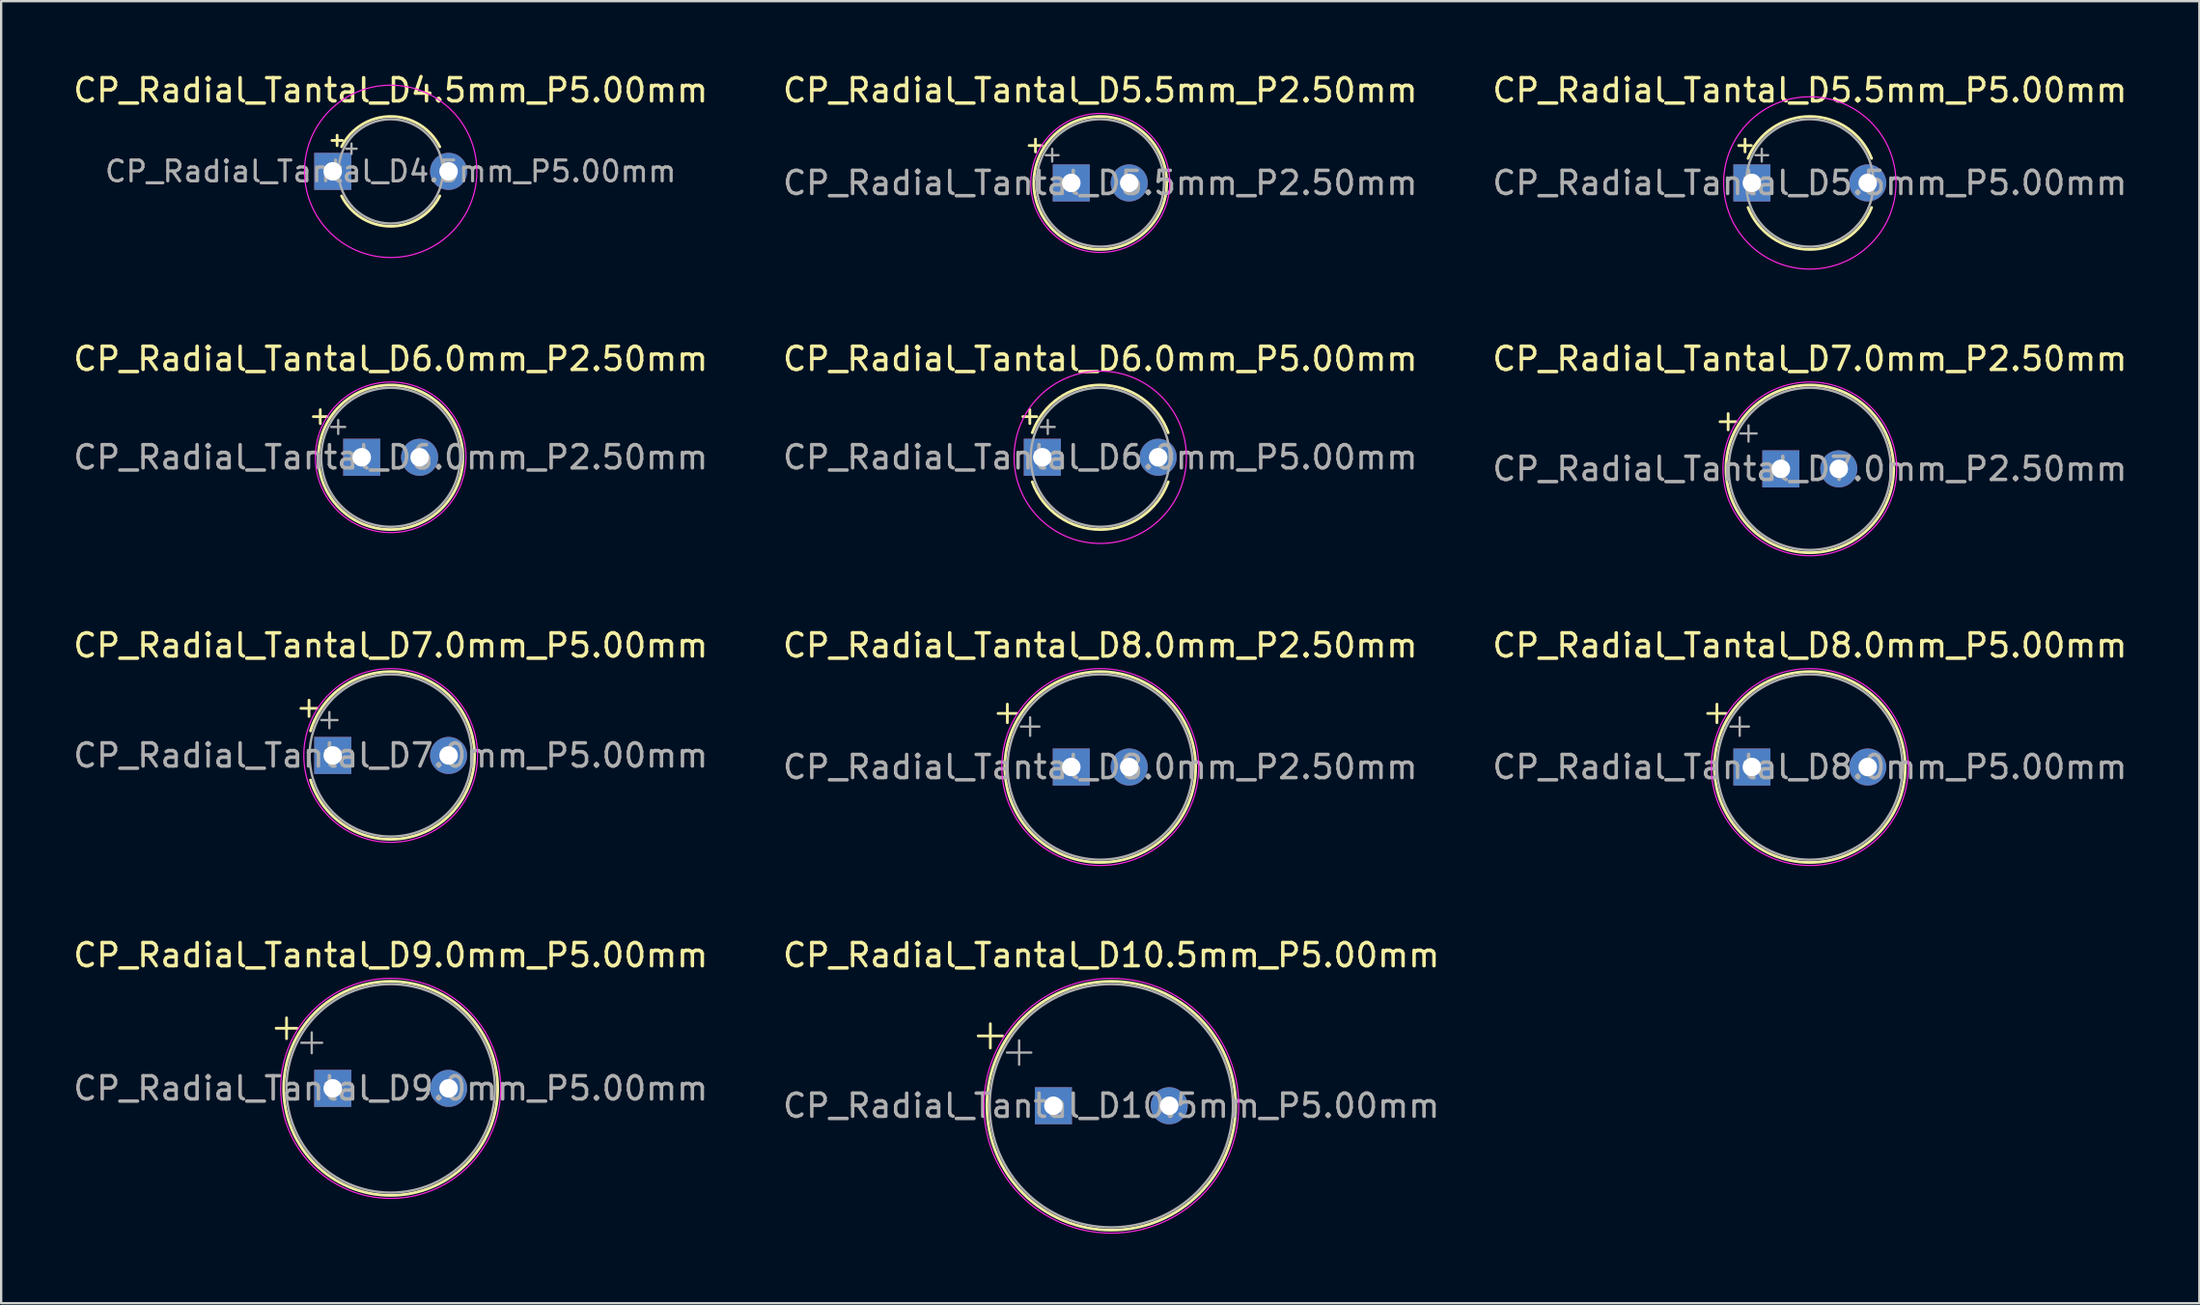
<source format=kicad_pcb>
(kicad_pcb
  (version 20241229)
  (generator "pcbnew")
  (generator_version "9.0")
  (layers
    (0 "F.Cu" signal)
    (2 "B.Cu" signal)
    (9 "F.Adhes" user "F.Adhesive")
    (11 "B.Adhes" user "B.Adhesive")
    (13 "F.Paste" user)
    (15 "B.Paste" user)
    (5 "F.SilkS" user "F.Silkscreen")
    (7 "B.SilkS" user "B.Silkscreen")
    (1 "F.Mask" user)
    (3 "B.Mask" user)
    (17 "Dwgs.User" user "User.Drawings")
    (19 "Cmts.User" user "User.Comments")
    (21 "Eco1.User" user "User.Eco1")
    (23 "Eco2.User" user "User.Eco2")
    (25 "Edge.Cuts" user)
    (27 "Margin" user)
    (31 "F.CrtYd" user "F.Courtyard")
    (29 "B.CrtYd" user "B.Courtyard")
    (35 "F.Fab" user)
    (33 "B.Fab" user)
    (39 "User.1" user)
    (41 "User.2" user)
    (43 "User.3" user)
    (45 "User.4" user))
  (footprint "CP_Radial_Tantal_D4.5mm_P5.00mm"
    (layer "F.Cu")
    (at 11.315 4.348)
    (property "Reference" "CP_Radial_Tantal_D4.5mm_P5.00mm" (at 2.5 -3.5 0) (layer "F.SilkS") (effects (font (size 1 1) (thickness 0.15))))
    (attr through_hole)
    (fp_line (start -0.037 -1.335) (end 0.413 -1.335) (stroke (width 0.12) (type solid)) (layer "F.SilkS"))
    (fp_line (start 0.188 -1.56) (end 0.188 -1.11) (stroke (width 0.12) (type solid)) (layer "F.SilkS"))
    (fp_arc (start 0.380259 -1.06) (mid 2.5 -2.37) (end 4.619741 -1.06) (stroke (width 0.12) (type solid)) (layer "F.SilkS"))
    (fp_arc (start 4.619741 1.06) (mid 2.5 2.37) (end 0.380259 1.06) (stroke (width 0.12) (type solid)) (layer "F.SilkS"))
    (fp_circle (center 2.5 0) (end 6.22 0) (stroke (width 0.05) (type solid)) (fill no) (layer "F.CrtYd"))
    (fp_line (start 0.582 -0.978) (end 1.032 -0.978) (stroke (width 0.1) (type solid)) (layer "F.Fab"))
    (fp_line (start 0.807 -1.202) (end 0.807 -0.752) (stroke (width 0.1) (type solid)) (layer "F.Fab"))
    (fp_circle (center 2.5 0) (end 4.75 0) (stroke (width 0.1) (type solid)) (fill no) (layer "F.Fab"))
    (fp_text user "${REFERENCE}" (at 2.5 0 0) (layer "F.Fab") (effects (font (size 0.9 0.9) (thickness 0.135))))
    (pad "1" thru_hole rect (at 0 0) (size 1.6 1.6) (drill 0.8) (layers "*.Cu" "*.Mask"))
    (pad "2" thru_hole circle (at 5 0) (size 1.6 1.6) (drill 0.8) (layers "*.Cu" "*.Mask")))
  (footprint "CP_Radial_Tantal_D8.0mm_P2.50mm"
    (layer "F.Cu")
    (at 43.196 30.065)
    (property "Reference" "CP_Radial_Tantal_D8.0mm_P2.50mm" (at 1.25 -5.25 0) (layer "F.SilkS") (effects (font (size 1 1) (thickness 0.15))))
    (attr through_hole)
    (fp_line (start -3.16 -2.315) (end -2.36 -2.315) (stroke (width 0.12) (type solid)) (layer "F.SilkS"))
    (fp_line (start -2.76 -2.715) (end -2.76 -1.915) (stroke (width 0.12) (type solid)) (layer "F.SilkS"))
    (fp_circle (center 1.25 0) (end 5.37 0) (stroke (width 0.12) (type solid)) (fill no) (layer "F.SilkS"))
    (fp_circle (center 1.25 0) (end 5.5 0) (stroke (width 0.05) (type solid)) (fill no) (layer "F.CrtYd"))
    (fp_line (start -2.177 -1.748) (end -1.377 -1.748) (stroke (width 0.1) (type solid)) (layer "F.Fab"))
    (fp_line (start -1.777 -2.147) (end -1.777 -1.347) (stroke (width 0.1) (type solid)) (layer "F.Fab"))
    (fp_circle (center 1.25 0) (end 5.25 0) (stroke (width 0.1) (type solid)) (fill no) (layer "F.Fab"))
    (fp_text user "${REFERENCE}" (at 1.25 0 0) (layer "F.Fab") (effects (font (size 1 1) (thickness 0.15))))
    (pad "1" thru_hole rect (at 0 0) (size 1.6 1.6) (drill 0.8) (layers "*.Cu" "*.Mask"))
    (pad "2" thru_hole circle (at 2.5 0) (size 1.6 1.6) (drill 0.8) (layers "*.Cu" "*.Mask")))
  (footprint "CP_Radial_Tantal_D6.0mm_P2.50mm"
    (layer "F.Cu")
    (at 12.565 16.692)
    (property "Reference" "CP_Radial_Tantal_D6.0mm_P2.50mm" (at 1.25 -4.25 0) (layer "F.SilkS") (effects (font (size 1 1) (thickness 0.15))))
    (attr through_hole)
    (fp_line (start -2.09 -1.755) (end -1.49 -1.755) (stroke (width 0.12) (type solid)) (layer "F.SilkS"))
    (fp_line (start -1.79 -2.055) (end -1.79 -1.455) (stroke (width 0.12) (type solid)) (layer "F.SilkS"))
    (fp_circle (center 1.25 0) (end 4.37 0) (stroke (width 0.12) (type solid)) (fill no) (layer "F.SilkS"))
    (fp_circle (center 1.25 0) (end 4.5 0) (stroke (width 0.05) (type solid)) (fill no) (layer "F.CrtYd"))
    (fp_line (start -1.315 -1.308) (end -0.715 -1.308) (stroke (width 0.1) (type solid)) (layer "F.Fab"))
    (fp_line (start -1.015 -1.607) (end -1.015 -1.008) (stroke (width 0.1) (type solid)) (layer "F.Fab"))
    (fp_circle (center 1.25 0) (end 4.25 0) (stroke (width 0.1) (type solid)) (fill no) (layer "F.Fab"))
    (fp_text user "${REFERENCE}" (at 1.25 0 0) (layer "F.Fab") (effects (font (size 1 1) (thickness 0.15))))
    (pad "1" thru_hole rect (at 0 0) (size 1.6 1.6) (drill 0.8) (layers "*.Cu" "*.Mask"))
    (pad "2" thru_hole circle (at 2.5 0) (size 1.6 1.6) (drill 0.8) (layers "*.Cu" "*.Mask")))
  (footprint "CP_Radial_Tantal_D6.0mm_P5.00mm"
    (layer "F.Cu")
    (at 41.946 16.692)
    (property "Reference" "CP_Radial_Tantal_D6.0mm_P5.00mm" (at 2.5 -4.25 0) (layer "F.SilkS") (effects (font (size 1 1) (thickness 0.15))))
    (attr through_hole)
    (fp_line (start -0.84 -1.755) (end -0.24 -1.755) (stroke (width 0.12) (type solid)) (layer "F.SilkS"))
    (fp_line (start -0.54 -2.055) (end -0.54 -1.455) (stroke (width 0.12) (type solid)) (layer "F.SilkS"))
    (fp_arc (start -0.434416 -1.06) (mid 2.5 -3.12) (end 5.434416 -1.06) (stroke (width 0.12) (type solid)) (layer "F.SilkS"))
    (fp_arc (start 5.434416 1.06) (mid 2.5 3.12) (end -0.434416 1.06) (stroke (width 0.12) (type solid)) (layer "F.SilkS"))
    (fp_circle (center 2.5 0) (end 6.22 0) (stroke (width 0.05) (type solid)) (fill no) (layer "F.CrtYd"))
    (fp_line (start -0.065 -1.308) (end 0.535 -1.308) (stroke (width 0.1) (type solid)) (layer "F.Fab"))
    (fp_line (start 0.235 -1.607) (end 0.235 -1.008) (stroke (width 0.1) (type solid)) (layer "F.Fab"))
    (fp_circle (center 2.5 0) (end 5.5 0) (stroke (width 0.1) (type solid)) (fill no) (layer "F.Fab"))
    (fp_text user "${REFERENCE}" (at 2.5 0 0) (layer "F.Fab") (effects (font (size 1 1) (thickness 0.15))))
    (pad "1" thru_hole rect (at 0 0) (size 1.6 1.6) (drill 0.8) (layers "*.Cu" "*.Mask"))
    (pad "2" thru_hole circle (at 5 0) (size 1.6 1.6) (drill 0.8) (layers "*.Cu" "*.Mask")))
  (footprint "CP_Radial_Tantal_D10.5mm_P5.00mm"
    (layer "F.Cu")
    (at 42.423 44.688)
    (property "Reference" "CP_Radial_Tantal_D10.5mm_P5.00mm" (at 2.5 -6.5 0) (layer "F.SilkS") (effects (font (size 1 1) (thickness 0.15))))
    (attr through_hole)
    (fp_line (start -3.247 -3.015) (end -2.197 -3.015) (stroke (width 0.12) (type solid)) (layer "F.SilkS"))
    (fp_line (start -2.722 -3.54) (end -2.722 -2.49) (stroke (width 0.12) (type solid)) (layer "F.SilkS"))
    (fp_circle (center 2.5 0) (end 7.87 0) (stroke (width 0.12) (type solid)) (fill no) (layer "F.SilkS"))
    (fp_circle (center 2.5 0) (end 8 0) (stroke (width 0.05) (type solid)) (fill no) (layer "F.CrtYd"))
    (fp_line (start -2.004 -2.297) (end -0.954 -2.297) (stroke (width 0.1) (type solid)) (layer "F.Fab"))
    (fp_line (start -1.479 -2.822) (end -1.479 -1.772) (stroke (width 0.1) (type solid)) (layer "F.Fab"))
    (fp_circle (center 2.5 0) (end 7.75 0) (stroke (width 0.1) (type solid)) (fill no) (layer "F.Fab"))
    (fp_text user "${REFERENCE}" (at 2.5 0 0) (layer "F.Fab") (effects (font (size 1 1) (thickness 0.15))))
    (pad "1" thru_hole rect (at 0 0) (size 1.6 1.6) (drill 0.8) (layers "*.Cu" "*.Mask"))
    (pad "2" thru_hole circle (at 5 0) (size 1.6 1.6) (drill 0.8) (layers "*.Cu" "*.Mask")))
  (footprint "CP_Radial_Tantal_D7.0mm_P5.00mm"
    (layer "F.Cu")
    (at 11.315 29.565)
    (property "Reference" "CP_Radial_Tantal_D7.0mm_P5.00mm" (at 2.5 -4.75 0) (layer "F.SilkS") (effects (font (size 1 1) (thickness 0.15))))
    (attr through_hole)
    (fp_line (start -1.375 -2.035) (end -0.675 -2.035) (stroke (width 0.12) (type solid)) (layer "F.SilkS"))
    (fp_line (start -1.025 -2.385) (end -1.025 -1.685) (stroke (width 0.12) (type solid)) (layer "F.SilkS"))
    (fp_arc (start -0.961329 -1.06) (mid 6.12 0) (end -0.961329 1.06) (stroke (width 0.12) (type solid)) (layer "F.SilkS"))
    (fp_circle (center 2.5 0) (end 6.25 0) (stroke (width 0.05) (type solid)) (fill no) (layer "F.CrtYd"))
    (fp_line (start -0.496 -1.528) (end 0.204 -1.528) (stroke (width 0.1) (type solid)) (layer "F.Fab"))
    (fp_line (start -0.146 -1.877) (end -0.146 -1.177) (stroke (width 0.1) (type solid)) (layer "F.Fab"))
    (fp_circle (center 2.5 0) (end 6 0) (stroke (width 0.1) (type solid)) (fill no) (layer "F.Fab"))
    (fp_text user "${REFERENCE}" (at 2.5 0 0) (layer "F.Fab") (effects (font (size 1 1) (thickness 0.15))))
    (pad "1" thru_hole rect (at 0 0) (size 1.6 1.6) (drill 0.8) (layers "*.Cu" "*.Mask"))
    (pad "2" thru_hole circle (at 5 0) (size 1.6 1.6) (drill 0.8) (layers "*.Cu" "*.Mask")))
  (footprint "CP_Radial_Tantal_D9.0mm_P5.00mm"
    (layer "F.Cu")
    (at 11.315 43.938)
    (property "Reference" "CP_Radial_Tantal_D9.0mm_P5.00mm" (at 2.5 -5.75 0) (layer "F.SilkS") (effects (font (size 1 1) (thickness 0.15))))
    (attr through_hole)
    (fp_line (start -2.445 -2.595) (end -1.545 -2.595) (stroke (width 0.12) (type solid)) (layer "F.SilkS"))
    (fp_line (start -1.995 -3.045) (end -1.995 -2.145) (stroke (width 0.12) (type solid)) (layer "F.SilkS"))
    (fp_circle (center 2.5 0) (end 7.12 0) (stroke (width 0.12) (type solid)) (fill no) (layer "F.SilkS"))
    (fp_circle (center 2.5 0) (end 7.25 0) (stroke (width 0.05) (type solid)) (fill no) (layer "F.CrtYd"))
    (fp_line (start -1.358 -1.968) (end -0.458 -1.968) (stroke (width 0.1) (type solid)) (layer "F.Fab"))
    (fp_line (start -0.908 -2.417) (end -0.908 -1.518) (stroke (width 0.1) (type solid)) (layer "F.Fab"))
    (fp_circle (center 2.5 0) (end 7 0) (stroke (width 0.1) (type solid)) (fill no) (layer "F.Fab"))
    (fp_text user "${REFERENCE}" (at 2.5 0 0) (layer "F.Fab") (effects (font (size 1 1) (thickness 0.15))))
    (pad "1" thru_hole rect (at 0 0) (size 1.6 1.6) (drill 0.8) (layers "*.Cu" "*.Mask"))
    (pad "2" thru_hole circle (at 5 0) (size 1.6 1.6) (drill 0.8) (layers "*.Cu" "*.Mask")))
  (footprint "CP_Radial_Tantal_D8.0mm_P5.00mm"
    (layer "F.Cu")
    (at 72.577 30.065)
    (property "Reference" "CP_Radial_Tantal_D8.0mm_P5.00mm" (at 2.5 -5.25 0) (layer "F.SilkS") (effects (font (size 1 1) (thickness 0.15))))
    (attr through_hole)
    (fp_line (start -1.91 -2.315) (end -1.11 -2.315) (stroke (width 0.12) (type solid)) (layer "F.SilkS"))
    (fp_line (start -1.51 -2.715) (end -1.51 -1.915) (stroke (width 0.12) (type solid)) (layer "F.SilkS"))
    (fp_circle (center 2.5 0) (end 6.62 0) (stroke (width 0.12) (type solid)) (fill no) (layer "F.SilkS"))
    (fp_circle (center 2.5 0) (end 6.75 0) (stroke (width 0.05) (type solid)) (fill no) (layer "F.CrtYd"))
    (fp_line (start -0.927 -1.748) (end -0.127 -1.748) (stroke (width 0.1) (type solid)) (layer "F.Fab"))
    (fp_line (start -0.527 -2.147) (end -0.527 -1.347) (stroke (width 0.1) (type solid)) (layer "F.Fab"))
    (fp_circle (center 2.5 0) (end 6.5 0) (stroke (width 0.1) (type solid)) (fill no) (layer "F.Fab"))
    (fp_text user "${REFERENCE}" (at 2.5 0 0) (layer "F.Fab") (effects (font (size 1 1) (thickness 0.15))))
    (pad "1" thru_hole rect (at 0 0) (size 1.6 1.6) (drill 0.8) (layers "*.Cu" "*.Mask"))
    (pad "2" thru_hole circle (at 5 0) (size 1.6 1.6) (drill 0.8) (layers "*.Cu" "*.Mask")))
  (footprint "CP_Radial_Tantal_D5.5mm_P2.50mm"
    (layer "F.Cu")
    (at 43.196 4.848)
    (property "Reference" "CP_Radial_Tantal_D5.5mm_P2.50mm" (at 1.25 -4 0) (layer "F.SilkS") (effects (font (size 1 1) (thickness 0.15))))
    (attr through_hole)
    (fp_line (start -1.822 -1.615) (end -1.272 -1.615) (stroke (width 0.12) (type solid)) (layer "F.SilkS"))
    (fp_line (start -1.547 -1.89) (end -1.547 -1.34) (stroke (width 0.12) (type solid)) (layer "F.SilkS"))
    (fp_circle (center 1.25 0) (end 4.12 0) (stroke (width 0.12) (type solid)) (fill no) (layer "F.SilkS"))
    (fp_circle (center 1.25 0) (end 4.25 0) (stroke (width 0.05) (type solid)) (fill no) (layer "F.CrtYd"))
    (fp_line (start -1.099 -1.198) (end -0.549 -1.198) (stroke (width 0.1) (type solid)) (layer "F.Fab"))
    (fp_line (start -0.824 -1.472) (end -0.824 -0.922) (stroke (width 0.1) (type solid)) (layer "F.Fab"))
    (fp_circle (center 1.25 0) (end 4 0) (stroke (width 0.1) (type solid)) (fill no) (layer "F.Fab"))
    (fp_text user "${REFERENCE}" (at 1.25 0 0) (layer "F.Fab") (effects (font (size 1 1) (thickness 0.15))))
    (pad "1" thru_hole rect (at 0 0) (size 1.6 1.6) (drill 0.8) (layers "*.Cu" "*.Mask"))
    (pad "2" thru_hole circle (at 2.5 0) (size 1.6 1.6) (drill 0.8) (layers "*.Cu" "*.Mask")))
  (footprint "CP_Radial_Tantal_D7.0mm_P2.50mm"
    (layer "F.Cu")
    (at 73.827 17.192)
    (property "Reference" "CP_Radial_Tantal_D7.0mm_P2.50mm" (at 1.25 -4.75 0) (layer "F.SilkS") (effects (font (size 1 1) (thickness 0.15))))
    (attr through_hole)
    (fp_line (start -2.625 -2.035) (end -1.925 -2.035) (stroke (width 0.12) (type solid)) (layer "F.SilkS"))
    (fp_line (start -2.275 -2.385) (end -2.275 -1.685) (stroke (width 0.12) (type solid)) (layer "F.SilkS"))
    (fp_circle (center 1.25 0) (end 4.87 0) (stroke (width 0.12) (type solid)) (fill no) (layer "F.SilkS"))
    (fp_circle (center 1.25 0) (end 5 0) (stroke (width 0.05) (type solid)) (fill no) (layer "F.CrtYd"))
    (fp_line (start -1.746 -1.528) (end -1.046 -1.528) (stroke (width 0.1) (type solid)) (layer "F.Fab"))
    (fp_line (start -1.396 -1.877) (end -1.396 -1.177) (stroke (width 0.1) (type solid)) (layer "F.Fab"))
    (fp_circle (center 1.25 0) (end 4.75 0) (stroke (width 0.1) (type solid)) (fill no) (layer "F.Fab"))
    (fp_text user "${REFERENCE}" (at 1.25 0 0) (layer "F.Fab") (effects (font (size 1 1) (thickness 0.15))))
    (pad "1" thru_hole rect (at 0 0) (size 1.6 1.6) (drill 0.8) (layers "*.Cu" "*.Mask"))
    (pad "2" thru_hole circle (at 2.5 0) (size 1.6 1.6) (drill 0.8) (layers "*.Cu" "*.Mask")))
  (footprint "CP_Radial_Tantal_D5.5mm_P5.00mm"
    (layer "F.Cu")
    (at 72.577 4.848)
    (property "Reference" "CP_Radial_Tantal_D5.5mm_P5.00mm" (at 2.5 -4 0) (layer "F.SilkS") (effects (font (size 1 1) (thickness 0.15))))
    (attr through_hole)
    (fp_line (start -0.572 -1.615) (end -0.022 -1.615) (stroke (width 0.12) (type solid)) (layer "F.SilkS"))
    (fp_line (start -0.297 -1.89) (end -0.297 -1.34) (stroke (width 0.12) (type solid)) (layer "F.SilkS"))
    (fp_arc (start -0.167077 -1.06) (mid 2.5 -2.87) (end 5.167077 -1.06) (stroke (width 0.12) (type solid)) (layer "F.SilkS"))
    (fp_arc (start 5.167077 1.06) (mid 2.5 2.87) (end -0.167077 1.06) (stroke (width 0.12) (type solid)) (layer "F.SilkS"))
    (fp_circle (center 2.5 0) (end 6.22 0) (stroke (width 0.05) (type solid)) (fill no) (layer "F.CrtYd"))
    (fp_line (start 0.151 -1.198) (end 0.701 -1.198) (stroke (width 0.1) (type solid)) (layer "F.Fab"))
    (fp_line (start 0.426 -1.472) (end 0.426 -0.922) (stroke (width 0.1) (type solid)) (layer "F.Fab"))
    (fp_circle (center 2.5 0) (end 5.25 0) (stroke (width 0.1) (type solid)) (fill no) (layer "F.Fab"))
    (fp_text user "${REFERENCE}" (at 2.5 0 0) (layer "F.Fab") (effects (font (size 1 1) (thickness 0.15))))
    (pad "1" thru_hole rect (at 0 0) (size 1.6 1.6) (drill 0.8) (layers "*.Cu" "*.Mask"))
    (pad "2" thru_hole circle (at 5 0) (size 1.6 1.6) (drill 0.8) (layers "*.Cu" "*.Mask")))
  (gr_rect
    (start -3 -3)
    (end 91.893 53.213)
    (stroke (width 0.1) (type default))
    (fill no)
    (layer "Edge.Cuts")))
</source>
